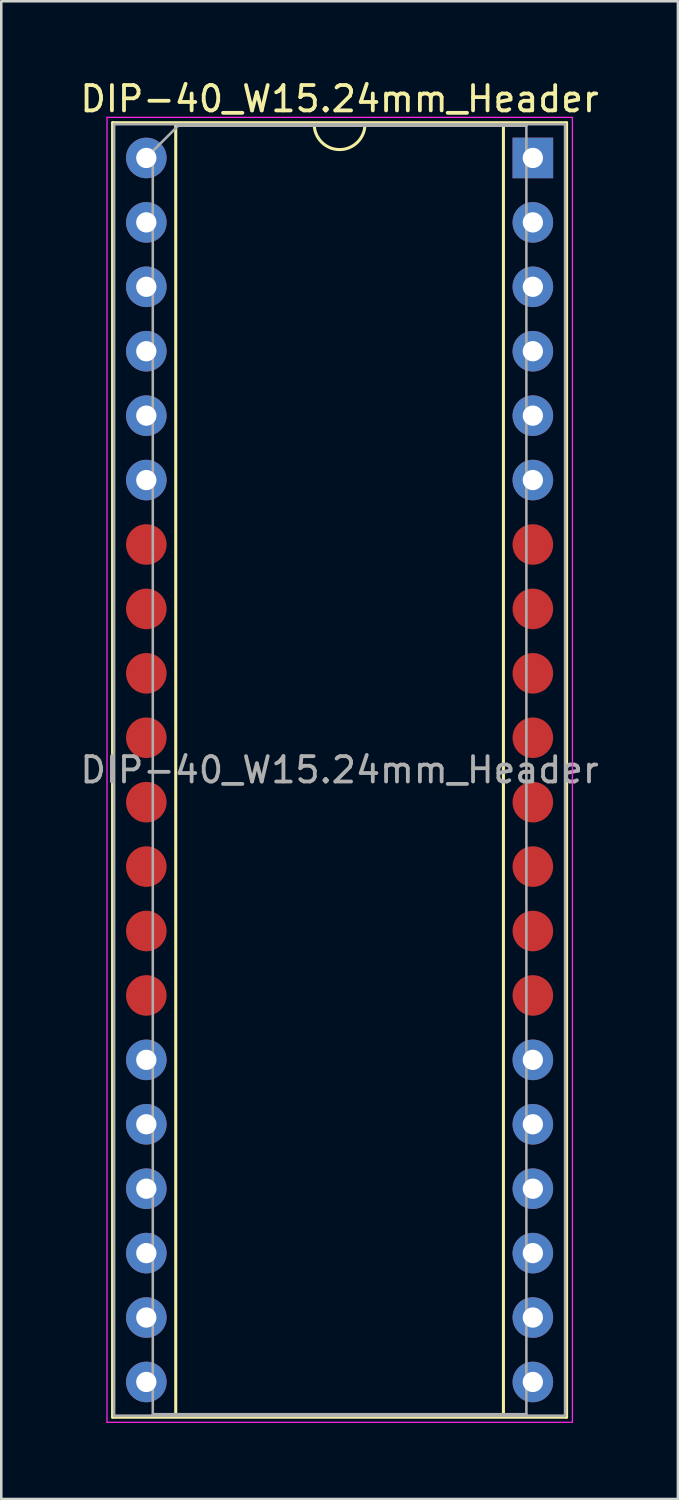
<source format=kicad_pcb>
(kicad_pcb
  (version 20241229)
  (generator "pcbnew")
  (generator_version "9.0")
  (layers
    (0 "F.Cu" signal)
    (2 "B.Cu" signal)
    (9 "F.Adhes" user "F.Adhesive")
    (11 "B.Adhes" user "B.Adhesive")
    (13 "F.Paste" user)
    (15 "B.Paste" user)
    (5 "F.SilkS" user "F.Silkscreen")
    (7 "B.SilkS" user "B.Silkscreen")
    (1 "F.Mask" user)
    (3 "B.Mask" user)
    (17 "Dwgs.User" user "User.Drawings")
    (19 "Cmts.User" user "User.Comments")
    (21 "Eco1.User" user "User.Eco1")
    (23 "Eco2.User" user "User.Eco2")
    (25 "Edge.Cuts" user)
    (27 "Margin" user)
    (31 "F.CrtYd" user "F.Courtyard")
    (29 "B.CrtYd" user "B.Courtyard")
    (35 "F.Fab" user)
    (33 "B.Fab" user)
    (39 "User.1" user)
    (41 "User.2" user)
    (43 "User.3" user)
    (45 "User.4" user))
  (footprint "DIP-40_W15.24mm_Header"
    (layer "F.Cu")
    (at 17.959 3.178)
    (property "Reference" "DIP-40_W15.24mm_Header" (at -7.62 -2.33 0) (layer "F.SilkS") (effects (font (size 1 1) (thickness 0.15))))
    (attr through_hole)
    (fp_line (start -16.57 -1.39) (end -16.57 49.65) (stroke (width 0.12) (type solid)) (layer "F.SilkS"))
    (fp_line (start -16.57 49.65) (end 1.33 49.65) (stroke (width 0.12) (type solid)) (layer "F.SilkS"))
    (fp_line (start -14.08 -1.33) (end -14.08 49.59) (stroke (width 0.12) (type solid)) (layer "F.SilkS"))
    (fp_line (start -14.08 49.59) (end -1.16 49.59) (stroke (width 0.12) (type solid)) (layer "F.SilkS"))
    (fp_line (start -8.62 -1.33) (end -14.08 -1.33) (stroke (width 0.12) (type solid)) (layer "F.SilkS"))
    (fp_line (start -1.16 -1.33) (end -6.62 -1.33) (stroke (width 0.12) (type solid)) (layer "F.SilkS"))
    (fp_line (start -1.16 49.59) (end -1.16 -1.33) (stroke (width 0.12) (type solid)) (layer "F.SilkS"))
    (fp_line (start 1.33 -1.39) (end -16.57 -1.39) (stroke (width 0.12) (type solid)) (layer "F.SilkS"))
    (fp_line (start 1.33 49.65) (end 1.33 -1.39) (stroke (width 0.12) (type solid)) (layer "F.SilkS"))
    (fp_arc (start -6.62 -1.33) (mid -7.62 -0.33) (end -8.62 -1.33) (stroke (width 0.12) (type solid)) (layer "F.SilkS"))
    (fp_line (start -16.79 -1.6) (end -16.79 49.85) (stroke (width 0.05) (type solid)) (layer "F.CrtYd"))
    (fp_line (start -16.79 49.85) (end 1.56 49.85) (stroke (width 0.05) (type solid)) (layer "F.CrtYd"))
    (fp_line (start 1.56 -1.6) (end -16.79 -1.6) (stroke (width 0.05) (type solid)) (layer "F.CrtYd"))
    (fp_line (start 1.56 49.85) (end 1.56 -1.6) (stroke (width 0.05) (type solid)) (layer "F.CrtYd"))
    (fp_line (start -16.51 -1.33) (end -16.51 49.59) (stroke (width 0.1) (type solid)) (layer "F.Fab"))
    (fp_line (start -16.51 49.59) (end 1.27 49.59) (stroke (width 0.1) (type solid)) (layer "F.Fab"))
    (fp_line (start -14.985 -0.27) (end -13.985 -1.27) (stroke (width 0.1) (type solid)) (layer "F.Fab"))
    (fp_line (start -14.985 49.53) (end -14.985 -0.27) (stroke (width 0.1) (type solid)) (layer "F.Fab"))
    (fp_line (start -13.985 -1.27) (end -0.255 -1.27) (stroke (width 0.1) (type solid)) (layer "F.Fab"))
    (fp_line (start -0.255 -1.27) (end -0.255 49.53) (stroke (width 0.1) (type solid)) (layer "F.Fab"))
    (fp_line (start -0.255 49.53) (end -14.985 49.53) (stroke (width 0.1) (type solid)) (layer "F.Fab"))
    (fp_line (start 1.27 -1.33) (end -16.51 -1.33) (stroke (width 0.1) (type solid)) (layer "F.Fab"))
    (fp_line (start 1.27 49.59) (end 1.27 -1.33) (stroke (width 0.1) (type solid)) (layer "F.Fab"))
    (fp_text user "${REFERENCE}" (at -7.62 24.13 0) (layer "F.Fab") (effects (font (size 1 1) (thickness 0.15))))
    (pad "1" thru_hole rect (at 0 0) (size 1.6 1.6) (drill 0.8) (layers "*.Cu" "*.Mask"))
    (pad "2" thru_hole oval (at 0 2.54) (size 1.6 1.6) (drill 0.8) (layers "*.Cu" "*.Mask"))
    (pad "3" thru_hole oval (at 0 5.08) (size 1.6 1.6) (drill 0.8) (layers "*.Cu" "*.Mask"))
    (pad "4" thru_hole oval (at 0 7.62) (size 1.6 1.6) (drill 0.8) (layers "*.Cu" "*.Mask"))
    (pad "5" thru_hole oval (at 0 10.16) (size 1.6 1.6) (drill 0.8) (layers "*.Cu" "*.Mask"))
    (pad "6" thru_hole oval (at 0 12.7) (size 1.6 1.6) (drill 0.8) (layers "*.Cu" "*.Mask"))
    (pad "7" smd oval (at 0 15.24) (size 1.6 1.6) (layers "F.Cu" "F.Mask" "F.Paste"))
    (pad "8" smd oval (at 0 17.78) (size 1.6 1.6) (layers "F.Cu" "F.Mask" "F.Paste"))
    (pad "9" smd oval (at 0 20.32) (size 1.6 1.6) (layers "F.Cu" "F.Mask" "F.Paste"))
    (pad "10" smd oval (at 0 22.86) (size 1.6 1.6) (layers "F.Cu" "F.Mask" "F.Paste"))
    (pad "11" smd oval (at 0 25.4) (size 1.6 1.6) (layers "F.Cu" "F.Mask" "F.Paste"))
    (pad "12" smd oval (at 0 27.94) (size 1.6 1.6) (layers "F.Cu" "F.Mask" "F.Paste"))
    (pad "13" smd oval (at 0 30.48) (size 1.6 1.6) (layers "F.Cu" "F.Mask" "F.Paste"))
    (pad "14" smd oval (at 0 33.02) (size 1.6 1.6) (layers "F.Cu" "F.Mask" "F.Paste"))
    (pad "15" thru_hole oval (at 0 35.56) (size 1.6 1.6) (drill 0.8) (layers "*.Cu" "*.Mask"))
    (pad "16" thru_hole oval (at 0 38.1) (size 1.6 1.6) (drill 0.8) (layers "*.Cu" "*.Mask"))
    (pad "17" thru_hole oval (at 0 40.64) (size 1.6 1.6) (drill 0.8) (layers "*.Cu" "*.Mask"))
    (pad "18" thru_hole oval (at 0 43.18) (size 1.6 1.6) (drill 0.8) (layers "*.Cu" "*.Mask"))
    (pad "19" thru_hole oval (at 0 45.72) (size 1.6 1.6) (drill 0.8) (layers "*.Cu" "*.Mask"))
    (pad "20" thru_hole oval (at 0 48.26) (size 1.6 1.6) (drill 0.8) (layers "*.Cu" "*.Mask"))
    (pad "21" thru_hole oval (at -15.24 48.26) (size 1.6 1.6) (drill 0.8) (layers "*.Cu" "*.Mask"))
    (pad "22" thru_hole oval (at -15.24 45.72) (size 1.6 1.6) (drill 0.8) (layers "*.Cu" "*.Mask"))
    (pad "23" thru_hole oval (at -15.24 43.18) (size 1.6 1.6) (drill 0.8) (layers "*.Cu" "*.Mask"))
    (pad "24" thru_hole oval (at -15.24 40.64) (size 1.6 1.6) (drill 0.8) (layers "*.Cu" "*.Mask"))
    (pad "25" thru_hole oval (at -15.24 38.1) (size 1.6 1.6) (drill 0.8) (layers "*.Cu" "*.Mask"))
    (pad "26" thru_hole oval (at -15.24 35.56) (size 1.6 1.6) (drill 0.8) (layers "*.Cu" "*.Mask"))
    (pad "27" smd oval (at -15.24 33.02) (size 1.6 1.6) (layers "F.Cu" "F.Mask" "F.Paste"))
    (pad "28" smd oval (at -15.24 30.48) (size 1.6 1.6) (layers "F.Cu" "F.Mask" "F.Paste"))
    (pad "29" smd oval (at -15.24 27.94) (size 1.6 1.6) (layers "F.Cu" "F.Mask" "F.Paste"))
    (pad "30" smd oval (at -15.24 25.4) (size 1.6 1.6) (layers "F.Cu" "F.Mask" "F.Paste"))
    (pad "31" smd oval (at -15.24 22.86) (size 1.6 1.6) (layers "F.Cu" "F.Mask" "F.Paste"))
    (pad "32" smd oval (at -15.24 20.32) (size 1.6 1.6) (layers "F.Cu" "F.Mask" "F.Paste"))
    (pad "33" smd oval (at -15.24 17.78) (size 1.6 1.6) (layers "F.Cu" "F.Mask" "F.Paste"))
    (pad "34" smd oval (at -15.24 15.24) (size 1.6 1.6) (layers "F.Cu" "F.Mask" "F.Paste"))
    (pad "35" thru_hole oval (at -15.24 12.7) (size 1.6 1.6) (drill 0.8) (layers "*.Cu" "*.Mask"))
    (pad "36" thru_hole oval (at -15.24 10.16) (size 1.6 1.6) (drill 0.8) (layers "*.Cu" "*.Mask"))
    (pad "37" thru_hole oval (at -15.24 7.62) (size 1.6 1.6) (drill 0.8) (layers "*.Cu" "*.Mask"))
    (pad "38" thru_hole oval (at -15.24 5.08) (size 1.6 1.6) (drill 0.8) (layers "*.Cu" "*.Mask"))
    (pad "39" thru_hole oval (at -15.24 2.54) (size 1.6 1.6) (drill 0.8) (layers "*.Cu" "*.Mask"))
    (pad "40" thru_hole oval (at -15.24 0) (size 1.6 1.6) (drill 0.8) (layers "*.Cu" "*.Mask")))
  (gr_rect
    (start -3 -3)
    (end 23.679 56.053)
    (stroke (width 0.1) (type default))
    (fill no)
    (layer "Edge.Cuts")))
</source>
